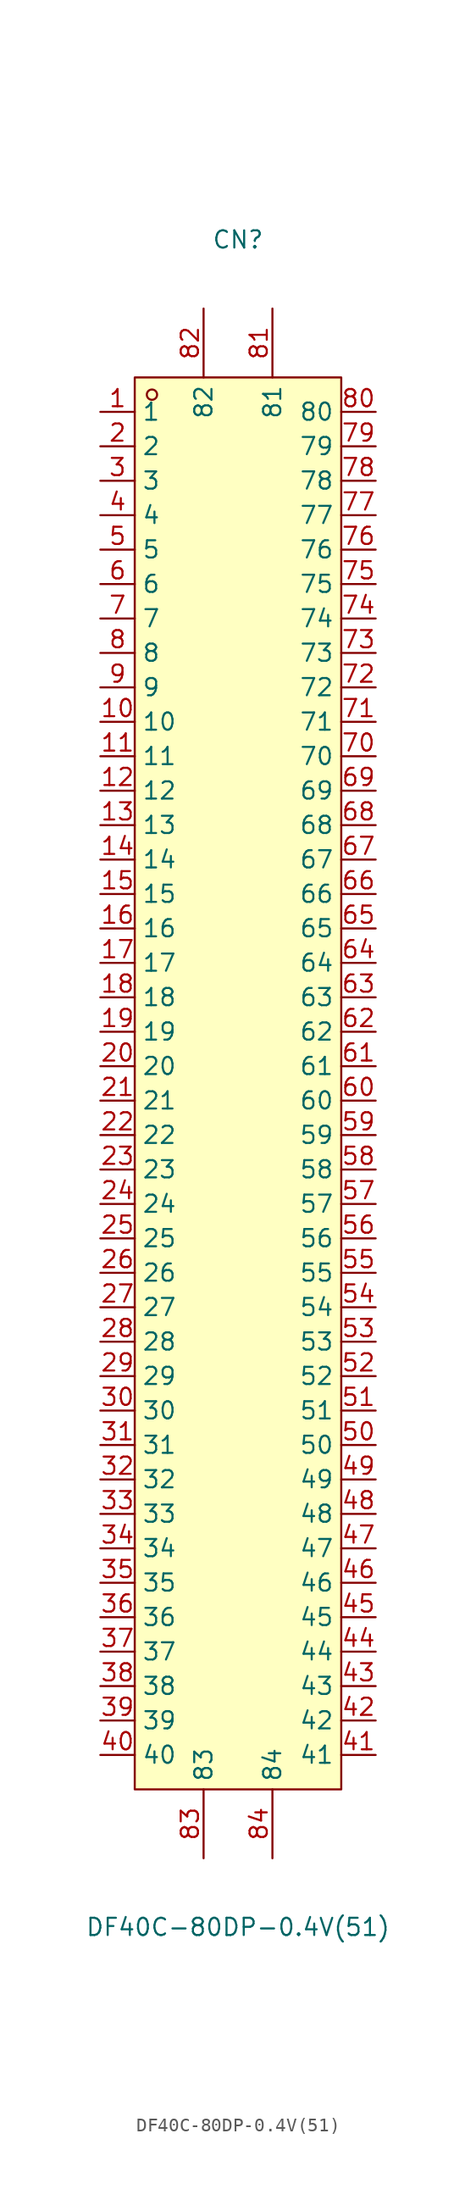
<source format=kicad_sym>
(kicad_symbol_lib
  (version 20231120)
  (generator "kicad_symbol_editor")
  (generator_version "8.0")
  (symbol "DF40C-80DP-0.4V(51)"
    (property "Reference" "CN"
      (at 0 55.88 0)
      (effects (font (size 1.27 1.27))))
    (property "Value" "DF40C-80DP-0.4V(51)"
      (at 0 -68.58 0)
      (effects (font (size 1.27 1.27))))
    (symbol "DF40C-80DP-0.4V(51)_0_1"
      (rectangle (start -7.62 45.72) (end 7.62 -58.42) (stroke (width 0) (type default)) (fill (type background)))
      (circle (center -6.35 44.45) (radius 0.38) (stroke (width 0) (type default)) (fill (type none)))
      (pin unspecified line (at -10.16 43.18 0) (length 2.54) (name "1" (effects (font (size 1.27 1.27)))) (number "1" (effects (font (size 1.27 1.27)))))
      (pin unspecified line (at -10.16 20.32 0) (length 2.54) (name "10" (effects (font (size 1.27 1.27)))) (number "10" (effects (font (size 1.27 1.27)))))
      (pin unspecified line (at -10.16 17.78 0) (length 2.54) (name "11" (effects (font (size 1.27 1.27)))) (number "11" (effects (font (size 1.27 1.27)))))
      (pin unspecified line (at -10.16 15.24 0) (length 2.54) (name "12" (effects (font (size 1.27 1.27)))) (number "12" (effects (font (size 1.27 1.27)))))
      (pin unspecified line (at -10.16 12.7 0) (length 2.54) (name "13" (effects (font (size 1.27 1.27)))) (number "13" (effects (font (size 1.27 1.27)))))
      (pin unspecified line (at -10.16 10.16 0) (length 2.54) (name "14" (effects (font (size 1.27 1.27)))) (number "14" (effects (font (size 1.27 1.27)))))
      (pin unspecified line (at -10.16 7.62 0) (length 2.54) (name "15" (effects (font (size 1.27 1.27)))) (number "15" (effects (font (size 1.27 1.27)))))
      (pin unspecified line (at -10.16 5.08 0) (length 2.54) (name "16" (effects (font (size 1.27 1.27)))) (number "16" (effects (font (size 1.27 1.27)))))
      (pin unspecified line (at -10.16 2.54 0) (length 2.54) (name "17" (effects (font (size 1.27 1.27)))) (number "17" (effects (font (size 1.27 1.27)))))
      (pin unspecified line (at -10.16 0 0) (length 2.54) (name "18" (effects (font (size 1.27 1.27)))) (number "18" (effects (font (size 1.27 1.27)))))
      (pin unspecified line (at -10.16 -2.54 0) (length 2.54) (name "19" (effects (font (size 1.27 1.27)))) (number "19" (effects (font (size 1.27 1.27)))))
      (pin unspecified line (at -10.16 40.64 0) (length 2.54) (name "2" (effects (font (size 1.27 1.27)))) (number "2" (effects (font (size 1.27 1.27)))))
      (pin unspecified line (at -10.16 -5.08 0) (length 2.54) (name "20" (effects (font (size 1.27 1.27)))) (number "20" (effects (font (size 1.27 1.27)))))
      (pin unspecified line (at -10.16 -7.62 0) (length 2.54) (name "21" (effects (font (size 1.27 1.27)))) (number "21" (effects (font (size 1.27 1.27)))))
      (pin unspecified line (at -10.16 -10.16 0) (length 2.54) (name "22" (effects (font (size 1.27 1.27)))) (number "22" (effects (font (size 1.27 1.27)))))
      (pin unspecified line (at -10.16 -12.7 0) (length 2.54) (name "23" (effects (font (size 1.27 1.27)))) (number "23" (effects (font (size 1.27 1.27)))))
      (pin unspecified line (at -10.16 -15.24 0) (length 2.54) (name "24" (effects (font (size 1.27 1.27)))) (number "24" (effects (font (size 1.27 1.27)))))
      (pin unspecified line (at -10.16 -17.78 0) (length 2.54) (name "25" (effects (font (size 1.27 1.27)))) (number "25" (effects (font (size 1.27 1.27)))))
      (pin unspecified line (at -10.16 -20.32 0) (length 2.54) (name "26" (effects (font (size 1.27 1.27)))) (number "26" (effects (font (size 1.27 1.27)))))
      (pin unspecified line (at -10.16 -22.86 0) (length 2.54) (name "27" (effects (font (size 1.27 1.27)))) (number "27" (effects (font (size 1.27 1.27)))))
      (pin unspecified line (at -10.16 -25.4 0) (length 2.54) (name "28" (effects (font (size 1.27 1.27)))) (number "28" (effects (font (size 1.27 1.27)))))
      (pin unspecified line (at -10.16 -27.94 0) (length 2.54) (name "29" (effects (font (size 1.27 1.27)))) (number "29" (effects (font (size 1.27 1.27)))))
      (pin unspecified line (at -10.16 38.1 0) (length 2.54) (name "3" (effects (font (size 1.27 1.27)))) (number "3" (effects (font (size 1.27 1.27)))))
      (pin unspecified line (at -10.16 -30.48 0) (length 2.54) (name "30" (effects (font (size 1.27 1.27)))) (number "30" (effects (font (size 1.27 1.27)))))
      (pin unspecified line (at -10.16 -33.02 0) (length 2.54) (name "31" (effects (font (size 1.27 1.27)))) (number "31" (effects (font (size 1.27 1.27)))))
      (pin unspecified line (at -10.16 -35.56 0) (length 2.54) (name "32" (effects (font (size 1.27 1.27)))) (number "32" (effects (font (size 1.27 1.27)))))
      (pin unspecified line (at -10.16 -38.1 0) (length 2.54) (name "33" (effects (font (size 1.27 1.27)))) (number "33" (effects (font (size 1.27 1.27)))))
      (pin unspecified line (at -10.16 -40.64 0) (length 2.54) (name "34" (effects (font (size 1.27 1.27)))) (number "34" (effects (font (size 1.27 1.27)))))
      (pin unspecified line (at -10.16 -43.18 0) (length 2.54) (name "35" (effects (font (size 1.27 1.27)))) (number "35" (effects (font (size 1.27 1.27)))))
      (pin unspecified line (at -10.16 -45.72 0) (length 2.54) (name "36" (effects (font (size 1.27 1.27)))) (number "36" (effects (font (size 1.27 1.27)))))
      (pin unspecified line (at -10.16 -48.26 0) (length 2.54) (name "37" (effects (font (size 1.27 1.27)))) (number "37" (effects (font (size 1.27 1.27)))))
      (pin unspecified line (at -10.16 -50.8 0) (length 2.54) (name "38" (effects (font (size 1.27 1.27)))) (number "38" (effects (font (size 1.27 1.27)))))
      (pin unspecified line (at -10.16 -53.34 0) (length 2.54) (name "39" (effects (font (size 1.27 1.27)))) (number "39" (effects (font (size 1.27 1.27)))))
      (pin unspecified line (at -10.16 35.56 0) (length 2.54) (name "4" (effects (font (size 1.27 1.27)))) (number "4" (effects (font (size 1.27 1.27)))))
      (pin unspecified line (at -10.16 -55.88 0) (length 2.54) (name "40" (effects (font (size 1.27 1.27)))) (number "40" (effects (font (size 1.27 1.27)))))
      (pin unspecified line (at 10.16 -55.88 180) (length 2.54) (name "41" (effects (font (size 1.27 1.27)))) (number "41" (effects (font (size 1.27 1.27)))))
      (pin unspecified line (at 10.16 -53.34 180) (length 2.54) (name "42" (effects (font (size 1.27 1.27)))) (number "42" (effects (font (size 1.27 1.27)))))
      (pin unspecified line (at 10.16 -50.8 180) (length 2.54) (name "43" (effects (font (size 1.27 1.27)))) (number "43" (effects (font (size 1.27 1.27)))))
      (pin unspecified line (at 10.16 -48.26 180) (length 2.54) (name "44" (effects (font (size 1.27 1.27)))) (number "44" (effects (font (size 1.27 1.27)))))
      (pin unspecified line (at 10.16 -45.72 180) (length 2.54) (name "45" (effects (font (size 1.27 1.27)))) (number "45" (effects (font (size 1.27 1.27)))))
      (pin unspecified line (at 10.16 -43.18 180) (length 2.54) (name "46" (effects (font (size 1.27 1.27)))) (number "46" (effects (font (size 1.27 1.27)))))
      (pin unspecified line (at 10.16 -40.64 180) (length 2.54) (name "47" (effects (font (size 1.27 1.27)))) (number "47" (effects (font (size 1.27 1.27)))))
      (pin unspecified line (at 10.16 -38.1 180) (length 2.54) (name "48" (effects (font (size 1.27 1.27)))) (number "48" (effects (font (size 1.27 1.27)))))
      (pin unspecified line (at 10.16 -35.56 180) (length 2.54) (name "49" (effects (font (size 1.27 1.27)))) (number "49" (effects (font (size 1.27 1.27)))))
      (pin unspecified line (at -10.16 33.02 0) (length 2.54) (name "5" (effects (font (size 1.27 1.27)))) (number "5" (effects (font (size 1.27 1.27)))))
      (pin unspecified line (at 10.16 -33.02 180) (length 2.54) (name "50" (effects (font (size 1.27 1.27)))) (number "50" (effects (font (size 1.27 1.27)))))
      (pin unspecified line (at 10.16 -30.48 180) (length 2.54) (name "51" (effects (font (size 1.27 1.27)))) (number "51" (effects (font (size 1.27 1.27)))))
      (pin unspecified line (at 10.16 -27.94 180) (length 2.54) (name "52" (effects (font (size 1.27 1.27)))) (number "52" (effects (font (size 1.27 1.27)))))
      (pin unspecified line (at 10.16 -25.4 180) (length 2.54) (name "53" (effects (font (size 1.27 1.27)))) (number "53" (effects (font (size 1.27 1.27)))))
      (pin unspecified line (at 10.16 -22.86 180) (length 2.54) (name "54" (effects (font (size 1.27 1.27)))) (number "54" (effects (font (size 1.27 1.27)))))
      (pin unspecified line (at 10.16 -20.32 180) (length 2.54) (name "55" (effects (font (size 1.27 1.27)))) (number "55" (effects (font (size 1.27 1.27)))))
      (pin unspecified line (at 10.16 -17.78 180) (length 2.54) (name "56" (effects (font (size 1.27 1.27)))) (number "56" (effects (font (size 1.27 1.27)))))
      (pin unspecified line (at 10.16 -15.24 180) (length 2.54) (name "57" (effects (font (size 1.27 1.27)))) (number "57" (effects (font (size 1.27 1.27)))))
      (pin unspecified line (at 10.16 -12.7 180) (length 2.54) (name "58" (effects (font (size 1.27 1.27)))) (number "58" (effects (font (size 1.27 1.27)))))
      (pin unspecified line (at 10.16 -10.16 180) (length 2.54) (name "59" (effects (font (size 1.27 1.27)))) (number "59" (effects (font (size 1.27 1.27)))))
      (pin unspecified line (at -10.16 30.48 0) (length 2.54) (name "6" (effects (font (size 1.27 1.27)))) (number "6" (effects (font (size 1.27 1.27)))))
      (pin unspecified line (at 10.16 -7.62 180) (length 2.54) (name "60" (effects (font (size 1.27 1.27)))) (number "60" (effects (font (size 1.27 1.27)))))
      (pin unspecified line (at 10.16 -5.08 180) (length 2.54) (name "61" (effects (font (size 1.27 1.27)))) (number "61" (effects (font (size 1.27 1.27)))))
      (pin unspecified line (at 10.16 -2.54 180) (length 2.54) (name "62" (effects (font (size 1.27 1.27)))) (number "62" (effects (font (size 1.27 1.27)))))
      (pin unspecified line (at 10.16 0 180) (length 2.54) (name "63" (effects (font (size 1.27 1.27)))) (number "63" (effects (font (size 1.27 1.27)))))
      (pin unspecified line (at 10.16 2.54 180) (length 2.54) (name "64" (effects (font (size 1.27 1.27)))) (number "64" (effects (font (size 1.27 1.27)))))
      (pin unspecified line (at 10.16 5.08 180) (length 2.54) (name "65" (effects (font (size 1.27 1.27)))) (number "65" (effects (font (size 1.27 1.27)))))
      (pin unspecified line (at 10.16 7.62 180) (length 2.54) (name "66" (effects (font (size 1.27 1.27)))) (number "66" (effects (font (size 1.27 1.27)))))
      (pin unspecified line (at 10.16 10.16 180) (length 2.54) (name "67" (effects (font (size 1.27 1.27)))) (number "67" (effects (font (size 1.27 1.27)))))
      (pin unspecified line (at 10.16 12.7 180) (length 2.54) (name "68" (effects (font (size 1.27 1.27)))) (number "68" (effects (font (size 1.27 1.27)))))
      (pin unspecified line (at 10.16 15.24 180) (length 2.54) (name "69" (effects (font (size 1.27 1.27)))) (number "69" (effects (font (size 1.27 1.27)))))
      (pin unspecified line (at -10.16 27.94 0) (length 2.54) (name "7" (effects (font (size 1.27 1.27)))) (number "7" (effects (font (size 1.27 1.27)))))
      (pin unspecified line (at 10.16 17.78 180) (length 2.54) (name "70" (effects (font (size 1.27 1.27)))) (number "70" (effects (font (size 1.27 1.27)))))
      (pin unspecified line (at 10.16 20.32 180) (length 2.54) (name "71" (effects (font (size 1.27 1.27)))) (number "71" (effects (font (size 1.27 1.27)))))
      (pin unspecified line (at 10.16 22.86 180) (length 2.54) (name "72" (effects (font (size 1.27 1.27)))) (number "72" (effects (font (size 1.27 1.27)))))
      (pin unspecified line (at 10.16 25.4 180) (length 2.54) (name "73" (effects (font (size 1.27 1.27)))) (number "73" (effects (font (size 1.27 1.27)))))
      (pin unspecified line (at 10.16 27.94 180) (length 2.54) (name "74" (effects (font (size 1.27 1.27)))) (number "74" (effects (font (size 1.27 1.27)))))
      (pin unspecified line (at 10.16 30.48 180) (length 2.54) (name "75" (effects (font (size 1.27 1.27)))) (number "75" (effects (font (size 1.27 1.27)))))
      (pin unspecified line (at 10.16 33.02 180) (length 2.54) (name "76" (effects (font (size 1.27 1.27)))) (number "76" (effects (font (size 1.27 1.27)))))
      (pin unspecified line (at 10.16 35.56 180) (length 2.54) (name "77" (effects (font (size 1.27 1.27)))) (number "77" (effects (font (size 1.27 1.27)))))
      (pin unspecified line (at 10.16 38.1 180) (length 2.54) (name "78" (effects (font (size 1.27 1.27)))) (number "78" (effects (font (size 1.27 1.27)))))
      (pin unspecified line (at 10.16 40.64 180) (length 2.54) (name "79" (effects (font (size 1.27 1.27)))) (number "79" (effects (font (size 1.27 1.27)))))
      (pin unspecified line (at -10.16 25.4 0) (length 2.54) (name "8" (effects (font (size 1.27 1.27)))) (number "8" (effects (font (size 1.27 1.27)))))
      (pin unspecified line (at 10.16 43.18 180) (length 2.54) (name "80" (effects (font (size 1.27 1.27)))) (number "80" (effects (font (size 1.27 1.27)))))
      (pin unspecified line (at 2.54 50.8 270) (length 5.08) (name "81" (effects (font (size 1.27 1.27)))) (number "81" (effects (font (size 1.27 1.27)))))
      (pin unspecified line (at -2.54 50.8 270) (length 5.08) (name "82" (effects (font (size 1.27 1.27)))) (number "82" (effects (font (size 1.27 1.27)))))
      (pin unspecified line (at -2.54 -63.5 90) (length 5.08) (name "83" (effects (font (size 1.27 1.27)))) (number "83" (effects (font (size 1.27 1.27)))))
      (pin unspecified line (at 2.54 -63.5 90) (length 5.08) (name "84" (effects (font (size 1.27 1.27)))) (number "84" (effects (font (size 1.27 1.27)))))
      (pin unspecified line (at -10.16 22.86 0) (length 2.54) (name "9" (effects (font (size 1.27 1.27)))) (number "9" (effects (font (size 1.27 1.27))))))))
</source>
